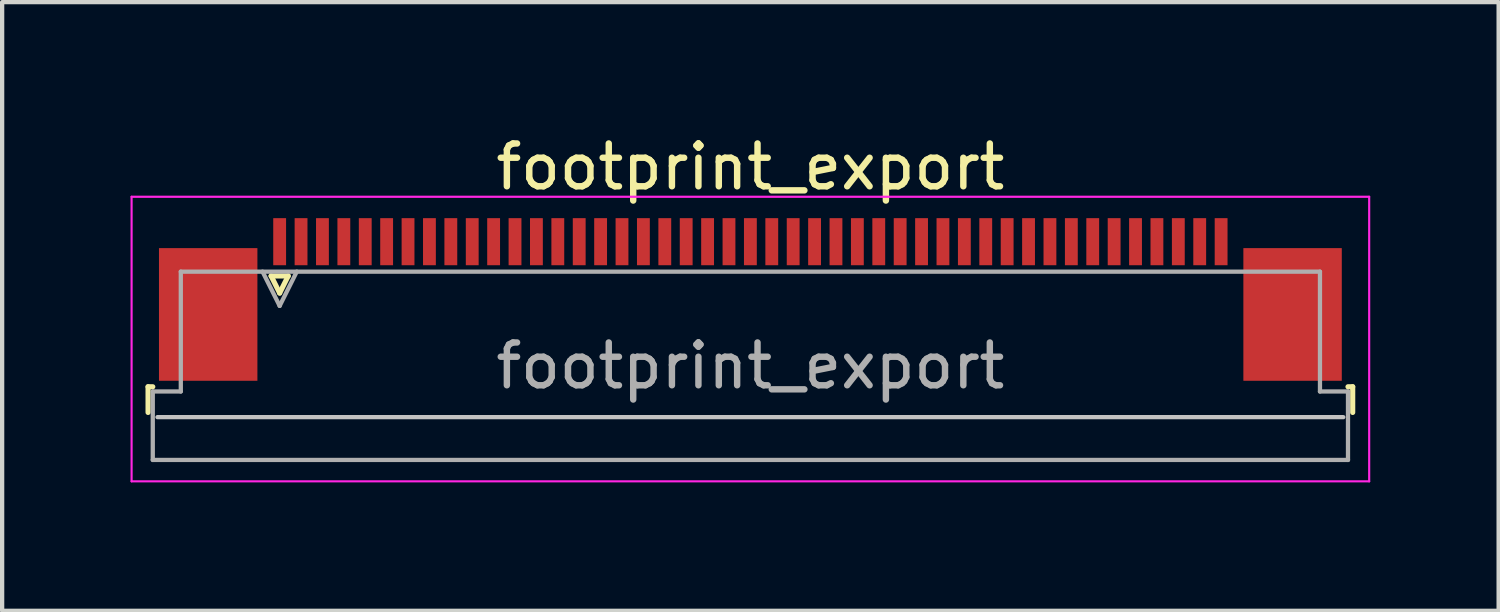
<source format=kicad_pcb>
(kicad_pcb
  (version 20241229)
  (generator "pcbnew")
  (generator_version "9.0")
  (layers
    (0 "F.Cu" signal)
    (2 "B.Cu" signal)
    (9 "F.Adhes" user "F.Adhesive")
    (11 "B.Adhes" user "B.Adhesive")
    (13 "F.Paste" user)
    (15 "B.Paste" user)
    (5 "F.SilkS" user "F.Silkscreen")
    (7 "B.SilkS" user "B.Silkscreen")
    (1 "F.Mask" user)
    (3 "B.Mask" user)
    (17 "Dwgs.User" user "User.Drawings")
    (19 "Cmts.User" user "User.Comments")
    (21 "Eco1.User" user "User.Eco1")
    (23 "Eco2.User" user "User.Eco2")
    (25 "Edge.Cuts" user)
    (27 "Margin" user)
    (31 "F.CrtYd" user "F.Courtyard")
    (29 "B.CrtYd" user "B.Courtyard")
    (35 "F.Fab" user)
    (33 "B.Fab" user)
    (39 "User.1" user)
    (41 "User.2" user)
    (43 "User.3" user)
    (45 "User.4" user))
  (footprint "footprint_export"
    (layer "F.Cu")
    (at 14.485 3.948)
    (property "Reference" "footprint_export" (at 0 -3.1 0) (layer "F.SilkS") (effects (font (size 1 1) (thickness 0.15))))
    (attr smd)
    (fp_line (start -14.075 2.04) (end -14.075 2.64) (stroke (width 0.12) (type solid)) (layer "F.SilkS"))
    (fp_line (start -13.965 2.04) (end -14.075 2.04) (stroke (width 0.12) (type solid)) (layer "F.SilkS"))
    (fp_line (start -11.2 -0.55) (end -11 -0.15) (stroke (width 0.12) (type solid)) (layer "F.SilkS"))
    (fp_line (start -11 -0.15) (end -10.8 -0.55) (stroke (width 0.12) (type solid)) (layer "F.SilkS"))
    (fp_line (start -10.8 -0.55) (end -11.2 -0.55) (stroke (width 0.12) (type solid)) (layer "F.SilkS"))
    (fp_line (start 13.965 2.04) (end 14.075 2.04) (stroke (width 0.12) (type solid)) (layer "F.SilkS"))
    (fp_line (start 14.075 2.04) (end 14.075 2.64) (stroke (width 0.12) (type solid)) (layer "F.SilkS"))
    (fp_line (start 13.855 2.75) (end -13.855 2.75) (stroke (width 0.1) (type solid)) (layer "Dwgs.User"))
    (fp_line (start -14.46 -2.4) (end -14.46 4.25) (stroke (width 0.05) (type solid)) (layer "F.CrtYd"))
    (fp_line (start -14.46 4.25) (end 14.46 4.25) (stroke (width 0.05) (type solid)) (layer "F.CrtYd"))
    (fp_line (start 14.46 -2.4) (end -14.46 -2.4) (stroke (width 0.05) (type solid)) (layer "F.CrtYd"))
    (fp_line (start 14.46 4.25) (end 14.46 -2.4) (stroke (width 0.05) (type solid)) (layer "F.CrtYd"))
    (fp_line (start -13.965 2.15) (end -13.31 2.15) (stroke (width 0.1) (type solid)) (layer "F.Fab"))
    (fp_line (start -13.965 3.75) (end -13.965 2.15) (stroke (width 0.1) (type solid)) (layer "F.Fab"))
    (fp_line (start -13.31 -0.65) (end 13.31 -0.65) (stroke (width 0.1) (type solid)) (layer "F.Fab"))
    (fp_line (start -13.31 2.15) (end -13.31 -0.65) (stroke (width 0.1) (type solid)) (layer "F.Fab"))
    (fp_line (start -11.4 -0.65) (end -11 0.15) (stroke (width 0.1) (type solid)) (layer "F.Fab"))
    (fp_line (start -11 0.15) (end -10.6 -0.65) (stroke (width 0.1) (type solid)) (layer "F.Fab"))
    (fp_line (start 13.31 -0.65) (end 13.31 2.15) (stroke (width 0.1) (type solid)) (layer "F.Fab"))
    (fp_line (start 13.31 2.15) (end 13.965 2.15) (stroke (width 0.1) (type solid)) (layer "F.Fab"))
    (fp_line (start 13.965 2.15) (end 13.965 3.75) (stroke (width 0.1) (type solid)) (layer "F.Fab"))
    (fp_line (start 13.965 3.75) (end -13.965 3.75) (stroke (width 0.1) (type solid)) (layer "F.Fab"))
    (fp_text user "${REFERENCE}" (at 0 1.55 0) (layer "F.Fab") (effects (font (size 1 1) (thickness 0.15))))
    (pad "1" smd rect (at -11 -1.35) (size 0.3 1.1) (layers "F.Cu" "F.Mask" "F.Paste"))
    (pad "2" smd rect (at -10.5 -1.35) (size 0.3 1.1) (layers "F.Cu" "F.Mask" "F.Paste"))
    (pad "3" smd rect (at -10 -1.35) (size 0.3 1.1) (layers "F.Cu" "F.Mask" "F.Paste"))
    (pad "4" smd rect (at -9.5 -1.35) (size 0.3 1.1) (layers "F.Cu" "F.Mask" "F.Paste"))
    (pad "5" smd rect (at -9 -1.35) (size 0.3 1.1) (layers "F.Cu" "F.Mask" "F.Paste"))
    (pad "6" smd rect (at -8.5 -1.35) (size 0.3 1.1) (layers "F.Cu" "F.Mask" "F.Paste"))
    (pad "7" smd rect (at -8 -1.35) (size 0.3 1.1) (layers "F.Cu" "F.Mask" "F.Paste"))
    (pad "8" smd rect (at -7.5 -1.35) (size 0.3 1.1) (layers "F.Cu" "F.Mask" "F.Paste"))
    (pad "9" smd rect (at -7 -1.35) (size 0.3 1.1) (layers "F.Cu" "F.Mask" "F.Paste"))
    (pad "10" smd rect (at -6.5 -1.35) (size 0.3 1.1) (layers "F.Cu" "F.Mask" "F.Paste"))
    (pad "11" smd rect (at -6 -1.35) (size 0.3 1.1) (layers "F.Cu" "F.Mask" "F.Paste"))
    (pad "12" smd rect (at -5.5 -1.35) (size 0.3 1.1) (layers "F.Cu" "F.Mask" "F.Paste"))
    (pad "13" smd rect (at -5 -1.35) (size 0.3 1.1) (layers "F.Cu" "F.Mask" "F.Paste"))
    (pad "14" smd rect (at -4.5 -1.35) (size 0.3 1.1) (layers "F.Cu" "F.Mask" "F.Paste"))
    (pad "15" smd rect (at -4 -1.35) (size 0.3 1.1) (layers "F.Cu" "F.Mask" "F.Paste"))
    (pad "16" smd rect (at -3.5 -1.35) (size 0.3 1.1) (layers "F.Cu" "F.Mask" "F.Paste"))
    (pad "17" smd rect (at -3 -1.35) (size 0.3 1.1) (layers "F.Cu" "F.Mask" "F.Paste"))
    (pad "18" smd rect (at -2.5 -1.35) (size 0.3 1.1) (layers "F.Cu" "F.Mask" "F.Paste"))
    (pad "19" smd rect (at -2 -1.35) (size 0.3 1.1) (layers "F.Cu" "F.Mask" "F.Paste"))
    (pad "20" smd rect (at -1.5 -1.35) (size 0.3 1.1) (layers "F.Cu" "F.Mask" "F.Paste"))
    (pad "21" smd rect (at -1 -1.35) (size 0.3 1.1) (layers "F.Cu" "F.Mask" "F.Paste"))
    (pad "22" smd rect (at -0.5 -1.35) (size 0.3 1.1) (layers "F.Cu" "F.Mask" "F.Paste"))
    (pad "23" smd rect (at 0 -1.35) (size 0.3 1.1) (layers "F.Cu" "F.Mask" "F.Paste"))
    (pad "24" smd rect (at 0.5 -1.35) (size 0.3 1.1) (layers "F.Cu" "F.Mask" "F.Paste"))
    (pad "25" smd rect (at 1 -1.35) (size 0.3 1.1) (layers "F.Cu" "F.Mask" "F.Paste"))
    (pad "26" smd rect (at 1.5 -1.35) (size 0.3 1.1) (layers "F.Cu" "F.Mask" "F.Paste"))
    (pad "27" smd rect (at 2 -1.35) (size 0.3 1.1) (layers "F.Cu" "F.Mask" "F.Paste"))
    (pad "28" smd rect (at 2.5 -1.35) (size 0.3 1.1) (layers "F.Cu" "F.Mask" "F.Paste"))
    (pad "29" smd rect (at 3 -1.35) (size 0.3 1.1) (layers "F.Cu" "F.Mask" "F.Paste"))
    (pad "30" smd rect (at 3.5 -1.35) (size 0.3 1.1) (layers "F.Cu" "F.Mask" "F.Paste"))
    (pad "31" smd rect (at 4 -1.35) (size 0.3 1.1) (layers "F.Cu" "F.Mask" "F.Paste"))
    (pad "32" smd rect (at 4.5 -1.35) (size 0.3 1.1) (layers "F.Cu" "F.Mask" "F.Paste"))
    (pad "33" smd rect (at 5 -1.35) (size 0.3 1.1) (layers "F.Cu" "F.Mask" "F.Paste"))
    (pad "34" smd rect (at 5.5 -1.35) (size 0.3 1.1) (layers "F.Cu" "F.Mask" "F.Paste"))
    (pad "35" smd rect (at 6 -1.35) (size 0.3 1.1) (layers "F.Cu" "F.Mask" "F.Paste"))
    (pad "36" smd rect (at 6.5 -1.35) (size 0.3 1.1) (layers "F.Cu" "F.Mask" "F.Paste"))
    (pad "37" smd rect (at 7 -1.35) (size 0.3 1.1) (layers "F.Cu" "F.Mask" "F.Paste"))
    (pad "38" smd rect (at 7.5 -1.35) (size 0.3 1.1) (layers "F.Cu" "F.Mask" "F.Paste"))
    (pad "39" smd rect (at 8 -1.35) (size 0.3 1.1) (layers "F.Cu" "F.Mask" "F.Paste"))
    (pad "40" smd rect (at 8.5 -1.35) (size 0.3 1.1) (layers "F.Cu" "F.Mask" "F.Paste"))
    (pad "41" smd rect (at 9 -1.35) (size 0.3 1.1) (layers "F.Cu" "F.Mask" "F.Paste"))
    (pad "42" smd rect (at 9.5 -1.35) (size 0.3 1.1) (layers "F.Cu" "F.Mask" "F.Paste"))
    (pad "43" smd rect (at 10 -1.35) (size 0.3 1.1) (layers "F.Cu" "F.Mask" "F.Paste"))
    (pad "44" smd rect (at 10.5 -1.35) (size 0.3 1.1) (layers "F.Cu" "F.Mask" "F.Paste"))
    (pad "45" smd rect (at 11 -1.35) (size 0.3 1.1) (layers "F.Cu" "F.Mask" "F.Paste"))
    (pad "MP" smd rect (at -12.67 0.35) (size 2.3 3.1) (layers "F.Cu" "F.Mask" "F.Paste"))
    (pad "MP" smd rect (at 12.67 0.35) (size 2.3 3.1) (layers "F.Cu" "F.Mask" "F.Paste")))
  (gr_rect
    (start -3 -3)
    (end 31.97 11.223)
    (stroke (width 0.1) (type default))
    (fill no)
    (layer "Edge.Cuts")))
</source>
